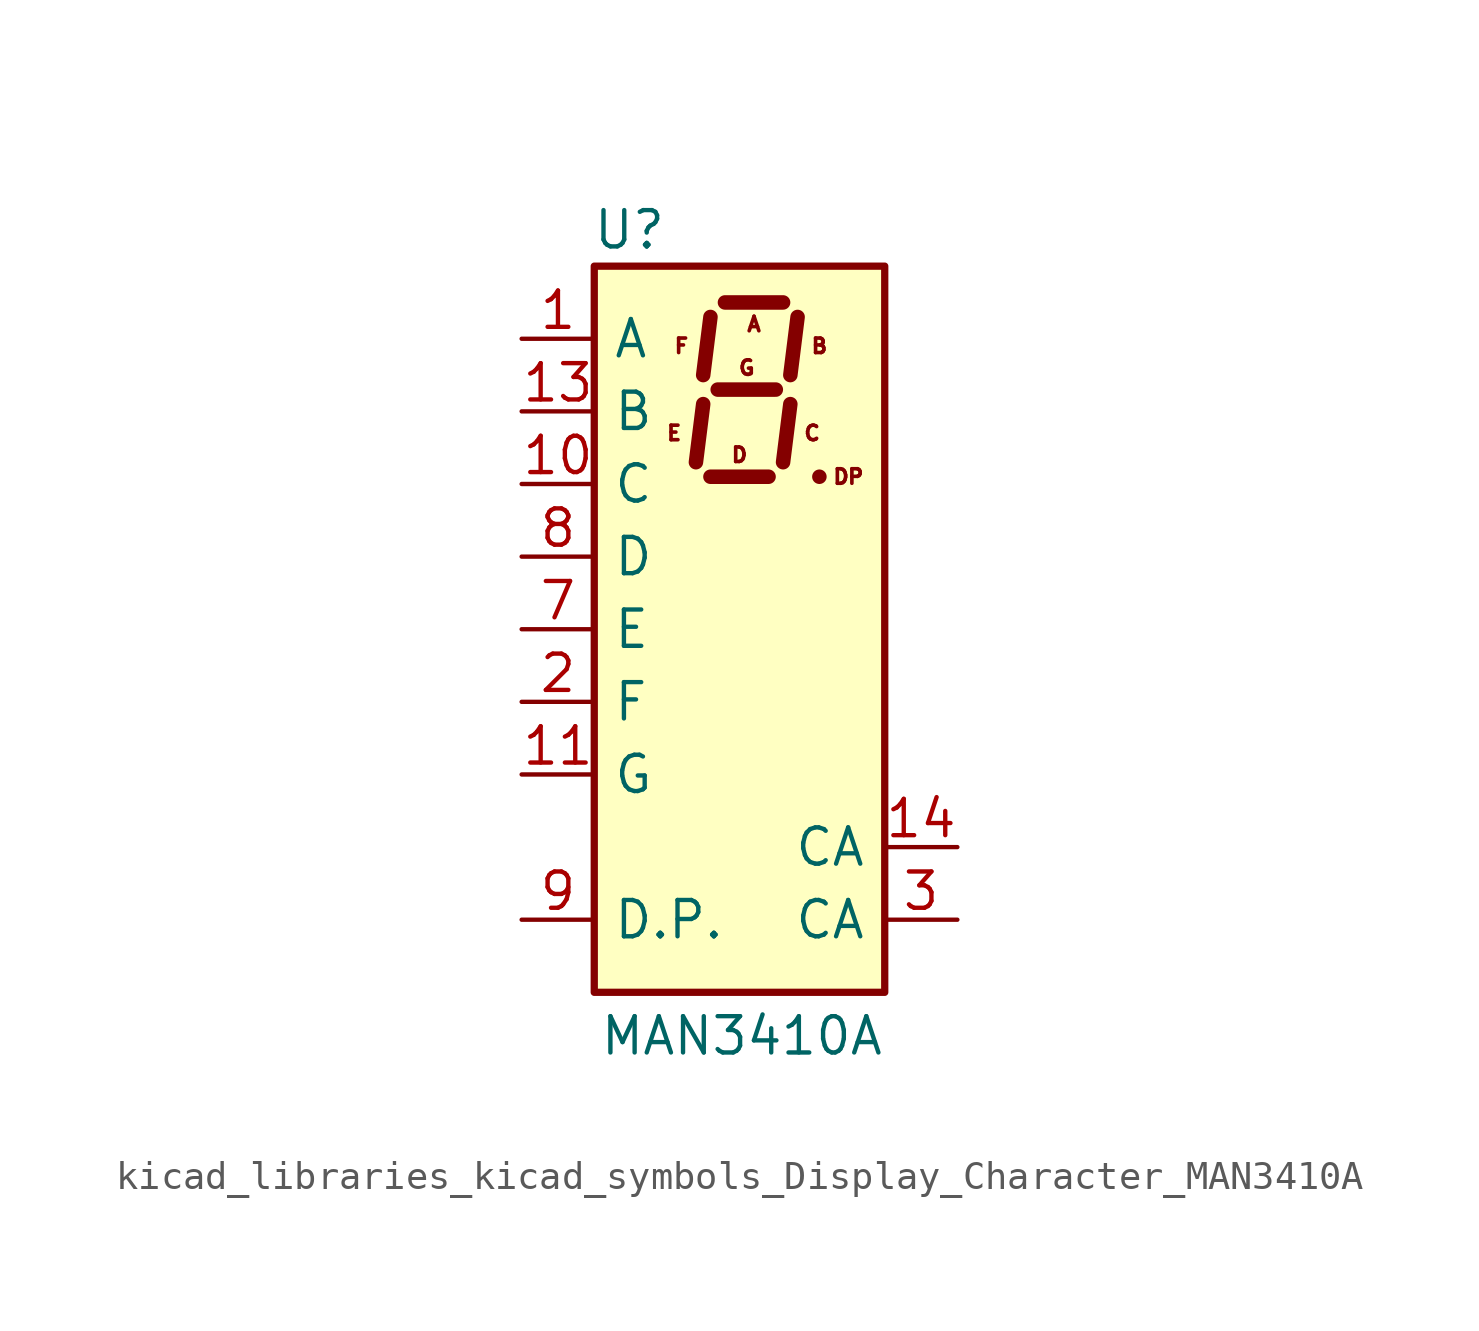
<source format=kicad_sym>
(kicad_symbol_lib
  (version 20220914)
  (generator kicad_symbol_editor)
  (symbol "kicad_libraries_kicad_symbols_Display_Character_MAN3410A"
    (pin_names
      (offset 0.635))
    (property "Reference" "U"
      (at -2.54 13.97 0)
      (effects (font (size 1.27 1.27)) (justify right)))
    (property "Value" "MAN3410A"
      (at 5.08 -14.224 0)
      (effects (font (size 1.27 1.27)) (justify right)))
    (symbol "kicad_libraries_kicad_symbols_Display_Character_MAN3410A_0_0"
      (text "A" (at 0.508 10.668 0) (effects (font (size 0.508 0.508))))
      (text "B" (at 2.794 9.906 0) (effects (font (size 0.508 0.508))))
      (text "C" (at 2.54 6.858 0) (effects (font (size 0.508 0.508))))
      (text "D" (at 0 6.096 0) (effects (font (size 0.508 0.508))))
      (text "DP" (at 3.81 5.334 0) (effects (font (size 0.508 0.508))))
      (text "E" (at -2.286 6.858 0) (effects (font (size 0.508 0.508))))
      (text "F" (at -2.032 9.906 0) (effects (font (size 0.508 0.508))))
      (text "G" (at 0.254 9.144 0) (effects (font (size 0.508 0.508)))))
    (symbol "kicad_libraries_kicad_symbols_Display_Character_MAN3410A_0_1"
      (rectangle (start -5.08 12.7) (end 5.08 -12.7) (stroke (width 0.254) (type default)) (fill (type background)))
      (polyline (pts (xy -1.27 7.874) (xy -1.524 5.842)) (stroke (width 0.508) (type default)) (fill (type none)))
      (polyline (pts (xy -1.016 5.334) (xy 1.016 5.334)) (stroke (width 0.508) (type default)) (fill (type none)))
      (polyline (pts (xy -1.016 10.922) (xy -1.27 8.89)) (stroke (width 0.508) (type default)) (fill (type none)))
      (polyline (pts (xy -0.762 8.382) (xy 1.27 8.382)) (stroke (width 0.508) (type default)) (fill (type none)))
      (polyline (pts (xy -0.508 11.43) (xy 1.524 11.43)) (stroke (width 0.508) (type default)) (fill (type none)))
      (polyline (pts (xy 1.778 7.874) (xy 1.524 5.842)) (stroke (width 0.508) (type default)) (fill (type none)))
      (polyline (pts (xy 2.032 10.922) (xy 1.778 8.89)) (stroke (width 0.508) (type default)) (fill (type none)))
      (polyline (pts (xy 2.794 5.334) (xy 2.794 5.334)) (stroke (width 0.508) (type default)) (fill (type none))))
    (symbol "kicad_libraries_kicad_symbols_Display_Character_MAN3410A_1_1"
      (pin input line (at -7.62 10.16 0) (length 2.54) (name "A" (effects (font (size 1.27 1.27)))) (number "1" (effects (font (size 1.27 1.27)))))
      (pin input line (at -7.62 5.08 0) (length 2.54) (name "C" (effects (font (size 1.27 1.27)))) (number "10" (effects (font (size 1.27 1.27)))))
      (pin input line (at -7.62 -5.08 0) (length 2.54) (name "G" (effects (font (size 1.27 1.27)))) (number "11" (effects (font (size 1.27 1.27)))))
      (pin no_connect line (at 5.08 -5.08 180) (length 2.54) hide (name "NC" (effects (font (size 1.27 1.27)))) (number "12" (effects (font (size 1.27 1.27)))))
      (pin input line (at -7.62 7.62 0) (length 2.54) (name "B" (effects (font (size 1.27 1.27)))) (number "13" (effects (font (size 1.27 1.27)))))
      (pin input line (at 7.62 -7.62 180) (length 2.54) (name "CA" (effects (font (size 1.27 1.27)))) (number "14" (effects (font (size 1.27 1.27)))))
      (pin input line (at -7.62 -2.54 0) (length 2.54) (name "F" (effects (font (size 1.27 1.27)))) (number "2" (effects (font (size 1.27 1.27)))))
      (pin input line (at 7.62 -10.16 180) (length 2.54) (name "CA" (effects (font (size 1.27 1.27)))) (number "3" (effects (font (size 1.27 1.27)))))
      (pin no_connect line (at 5.08 2.54 180) (length 2.54) hide (name "NC" (effects (font (size 1.27 1.27)))) (number "4" (effects (font (size 1.27 1.27)))))
      (pin no_connect line (at 5.08 0 180) (length 2.54) hide (name "NC" (effects (font (size 1.27 1.27)))) (number "5" (effects (font (size 1.27 1.27)))))
      (pin no_connect line (at 5.08 -2.54 180) (length 2.54) hide (name "NC" (effects (font (size 1.27 1.27)))) (number "6" (effects (font (size 1.27 1.27)))))
      (pin input line (at -7.62 0 0) (length 2.54) (name "E" (effects (font (size 1.27 1.27)))) (number "7" (effects (font (size 1.27 1.27)))))
      (pin input line (at -7.62 2.54 0) (length 2.54) (name "D" (effects (font (size 1.27 1.27)))) (number "8" (effects (font (size 1.27 1.27)))))
      (pin input line (at -7.62 -10.16 0) (length 2.54) (name "D.P." (effects (font (size 1.27 1.27)))) (number "9" (effects (font (size 1.27 1.27))))))))
</source>
